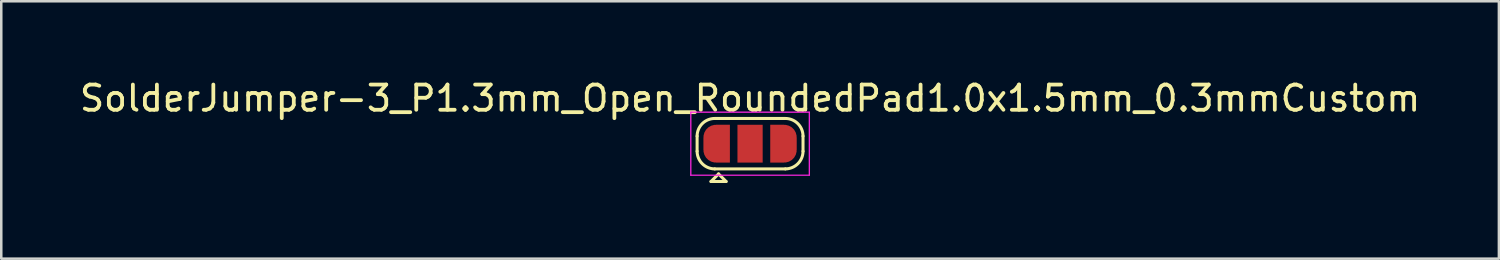
<source format=kicad_pcb>
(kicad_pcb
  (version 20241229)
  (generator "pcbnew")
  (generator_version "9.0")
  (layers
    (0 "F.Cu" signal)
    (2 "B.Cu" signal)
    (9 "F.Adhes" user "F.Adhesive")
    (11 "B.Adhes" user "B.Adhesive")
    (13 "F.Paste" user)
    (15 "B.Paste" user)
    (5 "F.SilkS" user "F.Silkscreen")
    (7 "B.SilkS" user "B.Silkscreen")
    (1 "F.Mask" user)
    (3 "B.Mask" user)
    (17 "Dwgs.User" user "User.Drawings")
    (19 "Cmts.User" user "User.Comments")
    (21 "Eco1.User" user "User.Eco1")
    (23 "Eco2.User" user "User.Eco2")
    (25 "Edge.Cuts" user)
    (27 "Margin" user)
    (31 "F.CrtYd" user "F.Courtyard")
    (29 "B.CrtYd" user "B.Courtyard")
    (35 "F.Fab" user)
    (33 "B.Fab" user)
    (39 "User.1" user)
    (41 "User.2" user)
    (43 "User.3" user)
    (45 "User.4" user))
  (footprint "SolderJumper-3_P1.3mm_Open_RoundedPad1.0x1.5mm_0.3mmCustom"
    (layer "F.Cu")
    (at 26.696 2.648)
    (property "Reference" "SolderJumper-3_P1.3mm_Open_RoundedPad1.0x1.5mm_0.3mmCustom" (at 0 -1.8 0) (layer "F.SilkS") (effects (font (size 1 1) (thickness 0.15))))
    (attr exclude_from_pos_files exclude_from_bom)
    (fp_line (start -2.1 0.3) (end -2.1 -0.3) (stroke (width 0.12) (type solid)) (layer "F.SilkS"))
    (fp_line (start -1.55 1.5) (end -0.95 1.5) (stroke (width 0.12) (type solid)) (layer "F.SilkS"))
    (fp_line (start -1.4 -1) (end 1.4 -1) (stroke (width 0.12) (type solid)) (layer "F.SilkS"))
    (fp_line (start -1.25 1.2) (end -1.55 1.5) (stroke (width 0.12) (type solid)) (layer "F.SilkS"))
    (fp_line (start -1.25 1.2) (end -0.95 1.5) (stroke (width 0.12) (type solid)) (layer "F.SilkS"))
    (fp_line (start 1.4 1) (end -1.4 1) (stroke (width 0.12) (type solid)) (layer "F.SilkS"))
    (fp_line (start 2.1 -0.3) (end 2.1 0.3) (stroke (width 0.12) (type solid)) (layer "F.SilkS"))
    (fp_arc (start -2.1 -0.3) (mid -1.894975 -0.794975) (end -1.4 -1) (stroke (width 0.12) (type solid)) (layer "F.SilkS"))
    (fp_arc (start -1.4 1) (mid -1.894975 0.794975) (end -2.1 0.3) (stroke (width 0.12) (type solid)) (layer "F.SilkS"))
    (fp_arc (start 1.4 -1) (mid 1.894975 -0.794975) (end 2.1 -0.3) (stroke (width 0.12) (type solid)) (layer "F.SilkS"))
    (fp_arc (start 2.1 0.3) (mid 1.894975 0.794975) (end 1.4 1) (stroke (width 0.12) (type solid)) (layer "F.SilkS"))
    (fp_line (start -2.35 -1.25) (end -2.35 1.25) (stroke (width 0.05) (type solid)) (layer "F.CrtYd"))
    (fp_line (start -2.35 -1.25) (end 2.35 -1.25) (stroke (width 0.05) (type solid)) (layer "F.CrtYd"))
    (fp_line (start 2.35 1.25) (end -2.35 1.25) (stroke (width 0.05) (type solid)) (layer "F.CrtYd"))
    (fp_line (start 2.35 1.25) (end 2.35 -1.25) (stroke (width 0.05) (type solid)) (layer "F.CrtYd"))
    (pad "1" smd custom (at -1.35 0) (size 1 0.5) (layers "F.Cu" "F.Mask") (options (anchor rect)) (primitives (gr_circle (center 0 0.25) (end 0.5 0.25) (width 0) (fill yes)) (gr_circle (center 0 -0.25) (end 0.5 -0.25) (width 0) (fill yes)) (gr_poly (pts (xy 0.55 0.75) (xy 0 0.75) (xy 0 -0.75) (xy 0.55 -0.75)) (width 0) (fill yes))))
    (pad "2" smd rect (at 0 0) (size 1 1.5) (layers "F.Cu" "F.Mask"))
    (pad "3" smd custom (at 1.35 0) (size 1 0.5) (layers "F.Cu" "F.Mask") (options (anchor rect)) (primitives (gr_circle (center 0 0.25) (end 0.5 0.25) (width 0) (fill yes)) (gr_circle (center 0 -0.25) (end 0.5 -0.25) (width 0) (fill yes)) (gr_poly (pts (xy 0 0.75) (xy -0.55 0.75) (xy -0.55 -0.75) (xy 0 -0.75)) (width 0) (fill yes)))))
  (gr_rect
    (start -3 -3)
    (end 56.393 7.208)
    (stroke (width 0.1) (type default))
    (fill no)
    (layer "Edge.Cuts")))
</source>
